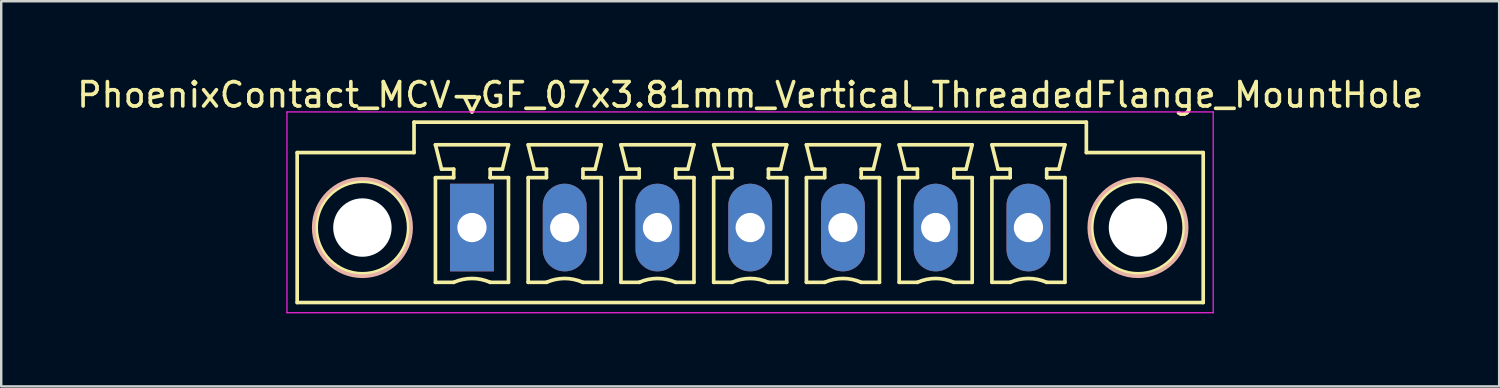
<source format=kicad_pcb>
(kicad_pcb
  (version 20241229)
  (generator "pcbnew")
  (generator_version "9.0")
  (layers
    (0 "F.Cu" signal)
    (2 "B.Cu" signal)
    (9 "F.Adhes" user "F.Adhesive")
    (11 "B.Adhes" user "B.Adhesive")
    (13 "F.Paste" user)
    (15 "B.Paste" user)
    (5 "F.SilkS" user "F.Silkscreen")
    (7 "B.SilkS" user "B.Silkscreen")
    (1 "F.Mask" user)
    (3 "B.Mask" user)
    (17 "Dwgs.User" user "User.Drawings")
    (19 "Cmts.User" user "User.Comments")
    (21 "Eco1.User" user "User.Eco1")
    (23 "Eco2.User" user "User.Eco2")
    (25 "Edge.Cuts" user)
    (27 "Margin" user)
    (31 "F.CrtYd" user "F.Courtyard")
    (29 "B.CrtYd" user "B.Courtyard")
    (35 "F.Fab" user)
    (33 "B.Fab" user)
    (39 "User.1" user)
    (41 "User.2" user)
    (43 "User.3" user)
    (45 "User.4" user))
  (footprint "PhoenixContact_MCV-GF_07x3.81mm_Vertical_ThreadedFlange_MountHole"
    (layer "F.Cu")
    (at 16.338 6.298)
    (property "Reference" "PhoenixContact_MCV-GF_07x3.81mm_Vertical_ThreadedFlange_MountHole" (at 11.43 -5.45 0) (layer "F.SilkS") (effects (font (size 1 1) (thickness 0.15))))
    (attr through_hole)
    (fp_line (start -7.18 -3.08) (end -7.18 3.08) (stroke (width 0.15) (type solid)) (layer "F.SilkS"))
    (fp_line (start -7.18 3.08) (end 30.04 3.08) (stroke (width 0.15) (type solid)) (layer "F.SilkS"))
    (fp_line (start -2.38 -4.33) (end -2.38 -3.08) (stroke (width 0.15) (type solid)) (layer "F.SilkS"))
    (fp_line (start -2.38 -3.08) (end -7.18 -3.08) (stroke (width 0.15) (type solid)) (layer "F.SilkS"))
    (fp_line (start -1.5 -3.4) (end 1.5 -3.4) (stroke (width 0.15) (type solid)) (layer "F.SilkS"))
    (fp_line (start -1.5 -2.05) (end -0.75 -2.05) (stroke (width 0.15) (type solid)) (layer "F.SilkS"))
    (fp_line (start -1.5 2.25) (end -1.5 -2.05) (stroke (width 0.15) (type solid)) (layer "F.SilkS"))
    (fp_line (start -1.25 -2.4) (end -1.5 -3.4) (stroke (width 0.15) (type solid)) (layer "F.SilkS"))
    (fp_line (start -0.75 -2.4) (end -1.25 -2.4) (stroke (width 0.15) (type solid)) (layer "F.SilkS"))
    (fp_line (start -0.75 -2.05) (end -0.75 -2.4) (stroke (width 0.15) (type solid)) (layer "F.SilkS"))
    (fp_line (start -0.75 2.25) (end -1.5 2.25) (stroke (width 0.15) (type solid)) (layer "F.SilkS"))
    (fp_line (start -0.3 -5.35) (end 0 -4.75) (stroke (width 0.15) (type solid)) (layer "F.SilkS"))
    (fp_line (start 0 -4.75) (end 0.3 -5.35) (stroke (width 0.15) (type solid)) (layer "F.SilkS"))
    (fp_line (start 0.3 -5.35) (end -0.3 -5.35) (stroke (width 0.15) (type solid)) (layer "F.SilkS"))
    (fp_line (start 0.75 -2.4) (end 0.75 -2.05) (stroke (width 0.15) (type solid)) (layer "F.SilkS"))
    (fp_line (start 0.75 -2.05) (end 0.75 -2.05) (stroke (width 0.15) (type solid)) (layer "F.SilkS"))
    (fp_line (start 0.75 -2.05) (end 1.5 -2.05) (stroke (width 0.15) (type solid)) (layer "F.SilkS"))
    (fp_line (start 1.25 -2.4) (end 0.75 -2.4) (stroke (width 0.15) (type solid)) (layer "F.SilkS"))
    (fp_line (start 1.5 -3.4) (end 1.25 -2.4) (stroke (width 0.15) (type solid)) (layer "F.SilkS"))
    (fp_line (start 1.5 -2.05) (end 1.5 2.25) (stroke (width 0.15) (type solid)) (layer "F.SilkS"))
    (fp_line (start 1.5 2.25) (end 0.75 2.25) (stroke (width 0.15) (type solid)) (layer "F.SilkS"))
    (fp_line (start 2.31 -3.4) (end 5.31 -3.4) (stroke (width 0.15) (type solid)) (layer "F.SilkS"))
    (fp_line (start 2.31 -2.05) (end 3.06 -2.05) (stroke (width 0.15) (type solid)) (layer "F.SilkS"))
    (fp_line (start 2.31 2.25) (end 2.31 -2.05) (stroke (width 0.15) (type solid)) (layer "F.SilkS"))
    (fp_line (start 2.56 -2.4) (end 2.31 -3.4) (stroke (width 0.15) (type solid)) (layer "F.SilkS"))
    (fp_line (start 3.06 -2.4) (end 2.56 -2.4) (stroke (width 0.15) (type solid)) (layer "F.SilkS"))
    (fp_line (start 3.06 -2.05) (end 3.06 -2.4) (stroke (width 0.15) (type solid)) (layer "F.SilkS"))
    (fp_line (start 3.06 2.25) (end 2.31 2.25) (stroke (width 0.15) (type solid)) (layer "F.SilkS"))
    (fp_line (start 4.56 -2.4) (end 4.56 -2.05) (stroke (width 0.15) (type solid)) (layer "F.SilkS"))
    (fp_line (start 4.56 -2.05) (end 4.56 -2.05) (stroke (width 0.15) (type solid)) (layer "F.SilkS"))
    (fp_line (start 4.56 -2.05) (end 5.31 -2.05) (stroke (width 0.15) (type solid)) (layer "F.SilkS"))
    (fp_line (start 5.06 -2.4) (end 4.56 -2.4) (stroke (width 0.15) (type solid)) (layer "F.SilkS"))
    (fp_line (start 5.31 -3.4) (end 5.06 -2.4) (stroke (width 0.15) (type solid)) (layer "F.SilkS"))
    (fp_line (start 5.31 -2.05) (end 5.31 2.25) (stroke (width 0.15) (type solid)) (layer "F.SilkS"))
    (fp_line (start 5.31 2.25) (end 4.56 2.25) (stroke (width 0.15) (type solid)) (layer "F.SilkS"))
    (fp_line (start 6.12 -3.4) (end 9.12 -3.4) (stroke (width 0.15) (type solid)) (layer "F.SilkS"))
    (fp_line (start 6.12 -2.05) (end 6.87 -2.05) (stroke (width 0.15) (type solid)) (layer "F.SilkS"))
    (fp_line (start 6.12 2.25) (end 6.12 -2.05) (stroke (width 0.15) (type solid)) (layer "F.SilkS"))
    (fp_line (start 6.37 -2.4) (end 6.12 -3.4) (stroke (width 0.15) (type solid)) (layer "F.SilkS"))
    (fp_line (start 6.87 -2.4) (end 6.37 -2.4) (stroke (width 0.15) (type solid)) (layer "F.SilkS"))
    (fp_line (start 6.87 -2.05) (end 6.87 -2.4) (stroke (width 0.15) (type solid)) (layer "F.SilkS"))
    (fp_line (start 6.87 2.25) (end 6.12 2.25) (stroke (width 0.15) (type solid)) (layer "F.SilkS"))
    (fp_line (start 8.37 -2.4) (end 8.37 -2.05) (stroke (width 0.15) (type solid)) (layer "F.SilkS"))
    (fp_line (start 8.37 -2.05) (end 8.37 -2.05) (stroke (width 0.15) (type solid)) (layer "F.SilkS"))
    (fp_line (start 8.37 -2.05) (end 9.12 -2.05) (stroke (width 0.15) (type solid)) (layer "F.SilkS"))
    (fp_line (start 8.87 -2.4) (end 8.37 -2.4) (stroke (width 0.15) (type solid)) (layer "F.SilkS"))
    (fp_line (start 9.12 -3.4) (end 8.87 -2.4) (stroke (width 0.15) (type solid)) (layer "F.SilkS"))
    (fp_line (start 9.12 -2.05) (end 9.12 2.25) (stroke (width 0.15) (type solid)) (layer "F.SilkS"))
    (fp_line (start 9.12 2.25) (end 8.37 2.25) (stroke (width 0.15) (type solid)) (layer "F.SilkS"))
    (fp_line (start 9.93 -3.4) (end 12.93 -3.4) (stroke (width 0.15) (type solid)) (layer "F.SilkS"))
    (fp_line (start 9.93 -2.05) (end 10.68 -2.05) (stroke (width 0.15) (type solid)) (layer "F.SilkS"))
    (fp_line (start 9.93 2.25) (end 9.93 -2.05) (stroke (width 0.15) (type solid)) (layer "F.SilkS"))
    (fp_line (start 10.18 -2.4) (end 9.93 -3.4) (stroke (width 0.15) (type solid)) (layer "F.SilkS"))
    (fp_line (start 10.68 -2.4) (end 10.18 -2.4) (stroke (width 0.15) (type solid)) (layer "F.SilkS"))
    (fp_line (start 10.68 -2.05) (end 10.68 -2.4) (stroke (width 0.15) (type solid)) (layer "F.SilkS"))
    (fp_line (start 10.68 2.25) (end 9.93 2.25) (stroke (width 0.15) (type solid)) (layer "F.SilkS"))
    (fp_line (start 12.18 -2.4) (end 12.18 -2.05) (stroke (width 0.15) (type solid)) (layer "F.SilkS"))
    (fp_line (start 12.18 -2.05) (end 12.18 -2.05) (stroke (width 0.15) (type solid)) (layer "F.SilkS"))
    (fp_line (start 12.18 -2.05) (end 12.93 -2.05) (stroke (width 0.15) (type solid)) (layer "F.SilkS"))
    (fp_line (start 12.68 -2.4) (end 12.18 -2.4) (stroke (width 0.15) (type solid)) (layer "F.SilkS"))
    (fp_line (start 12.93 -3.4) (end 12.68 -2.4) (stroke (width 0.15) (type solid)) (layer "F.SilkS"))
    (fp_line (start 12.93 -2.05) (end 12.93 2.25) (stroke (width 0.15) (type solid)) (layer "F.SilkS"))
    (fp_line (start 12.93 2.25) (end 12.18 2.25) (stroke (width 0.15) (type solid)) (layer "F.SilkS"))
    (fp_line (start 13.74 -3.4) (end 16.74 -3.4) (stroke (width 0.15) (type solid)) (layer "F.SilkS"))
    (fp_line (start 13.74 -2.05) (end 14.49 -2.05) (stroke (width 0.15) (type solid)) (layer "F.SilkS"))
    (fp_line (start 13.74 2.25) (end 13.74 -2.05) (stroke (width 0.15) (type solid)) (layer "F.SilkS"))
    (fp_line (start 13.99 -2.4) (end 13.74 -3.4) (stroke (width 0.15) (type solid)) (layer "F.SilkS"))
    (fp_line (start 14.49 -2.4) (end 13.99 -2.4) (stroke (width 0.15) (type solid)) (layer "F.SilkS"))
    (fp_line (start 14.49 -2.05) (end 14.49 -2.4) (stroke (width 0.15) (type solid)) (layer "F.SilkS"))
    (fp_line (start 14.49 2.25) (end 13.74 2.25) (stroke (width 0.15) (type solid)) (layer "F.SilkS"))
    (fp_line (start 15.99 -2.4) (end 15.99 -2.05) (stroke (width 0.15) (type solid)) (layer "F.SilkS"))
    (fp_line (start 15.99 -2.05) (end 15.99 -2.05) (stroke (width 0.15) (type solid)) (layer "F.SilkS"))
    (fp_line (start 15.99 -2.05) (end 16.74 -2.05) (stroke (width 0.15) (type solid)) (layer "F.SilkS"))
    (fp_line (start 16.49 -2.4) (end 15.99 -2.4) (stroke (width 0.15) (type solid)) (layer "F.SilkS"))
    (fp_line (start 16.74 -3.4) (end 16.49 -2.4) (stroke (width 0.15) (type solid)) (layer "F.SilkS"))
    (fp_line (start 16.74 -2.05) (end 16.74 2.25) (stroke (width 0.15) (type solid)) (layer "F.SilkS"))
    (fp_line (start 16.74 2.25) (end 15.99 2.25) (stroke (width 0.15) (type solid)) (layer "F.SilkS"))
    (fp_line (start 17.55 -3.4) (end 20.55 -3.4) (stroke (width 0.15) (type solid)) (layer "F.SilkS"))
    (fp_line (start 17.55 -2.05) (end 18.3 -2.05) (stroke (width 0.15) (type solid)) (layer "F.SilkS"))
    (fp_line (start 17.55 2.25) (end 17.55 -2.05) (stroke (width 0.15) (type solid)) (layer "F.SilkS"))
    (fp_line (start 17.8 -2.4) (end 17.55 -3.4) (stroke (width 0.15) (type solid)) (layer "F.SilkS"))
    (fp_line (start 18.3 -2.4) (end 17.8 -2.4) (stroke (width 0.15) (type solid)) (layer "F.SilkS"))
    (fp_line (start 18.3 -2.05) (end 18.3 -2.4) (stroke (width 0.15) (type solid)) (layer "F.SilkS"))
    (fp_line (start 18.3 2.25) (end 17.55 2.25) (stroke (width 0.15) (type solid)) (layer "F.SilkS"))
    (fp_line (start 19.8 -2.4) (end 19.8 -2.05) (stroke (width 0.15) (type solid)) (layer "F.SilkS"))
    (fp_line (start 19.8 -2.05) (end 19.8 -2.05) (stroke (width 0.15) (type solid)) (layer "F.SilkS"))
    (fp_line (start 19.8 -2.05) (end 20.55 -2.05) (stroke (width 0.15) (type solid)) (layer "F.SilkS"))
    (fp_line (start 20.3 -2.4) (end 19.8 -2.4) (stroke (width 0.15) (type solid)) (layer "F.SilkS"))
    (fp_line (start 20.55 -3.4) (end 20.3 -2.4) (stroke (width 0.15) (type solid)) (layer "F.SilkS"))
    (fp_line (start 20.55 -2.05) (end 20.55 2.25) (stroke (width 0.15) (type solid)) (layer "F.SilkS"))
    (fp_line (start 20.55 2.25) (end 19.8 2.25) (stroke (width 0.15) (type solid)) (layer "F.SilkS"))
    (fp_line (start 21.36 -3.4) (end 24.36 -3.4) (stroke (width 0.15) (type solid)) (layer "F.SilkS"))
    (fp_line (start 21.36 -2.05) (end 22.11 -2.05) (stroke (width 0.15) (type solid)) (layer "F.SilkS"))
    (fp_line (start 21.36 2.25) (end 21.36 -2.05) (stroke (width 0.15) (type solid)) (layer "F.SilkS"))
    (fp_line (start 21.61 -2.4) (end 21.36 -3.4) (stroke (width 0.15) (type solid)) (layer "F.SilkS"))
    (fp_line (start 22.11 -2.4) (end 21.61 -2.4) (stroke (width 0.15) (type solid)) (layer "F.SilkS"))
    (fp_line (start 22.11 -2.05) (end 22.11 -2.4) (stroke (width 0.15) (type solid)) (layer "F.SilkS"))
    (fp_line (start 22.11 2.25) (end 21.36 2.25) (stroke (width 0.15) (type solid)) (layer "F.SilkS"))
    (fp_line (start 23.61 -2.4) (end 23.61 -2.05) (stroke (width 0.15) (type solid)) (layer "F.SilkS"))
    (fp_line (start 23.61 -2.05) (end 23.61 -2.05) (stroke (width 0.15) (type solid)) (layer "F.SilkS"))
    (fp_line (start 23.61 -2.05) (end 24.36 -2.05) (stroke (width 0.15) (type solid)) (layer "F.SilkS"))
    (fp_line (start 24.11 -2.4) (end 23.61 -2.4) (stroke (width 0.15) (type solid)) (layer "F.SilkS"))
    (fp_line (start 24.36 -3.4) (end 24.11 -2.4) (stroke (width 0.15) (type solid)) (layer "F.SilkS"))
    (fp_line (start 24.36 -2.05) (end 24.36 2.25) (stroke (width 0.15) (type solid)) (layer "F.SilkS"))
    (fp_line (start 24.36 2.25) (end 23.61 2.25) (stroke (width 0.15) (type solid)) (layer "F.SilkS"))
    (fp_line (start 25.24 -4.33) (end -2.38 -4.33) (stroke (width 0.15) (type solid)) (layer "F.SilkS"))
    (fp_line (start 25.24 -3.08) (end 25.24 -4.33) (stroke (width 0.15) (type solid)) (layer "F.SilkS"))
    (fp_line (start 30.04 -3.08) (end 25.24 -3.08) (stroke (width 0.15) (type solid)) (layer "F.SilkS"))
    (fp_line (start 30.04 3.08) (end 30.04 -3.08) (stroke (width 0.15) (type solid)) (layer "F.SilkS"))
    (fp_arc (start -0.75 2.25) (mid -0.000193 2.09191) (end 0.749647 2.249844) (stroke (width 0.15) (type solid)) (layer "F.SilkS"))
    (fp_arc (start 3.06 2.25) (mid 3.809807 2.09191) (end 4.559647 2.249844) (stroke (width 0.15) (type solid)) (layer "F.SilkS"))
    (fp_arc (start 6.87 2.25) (mid 7.619807 2.09191) (end 8.369647 2.249844) (stroke (width 0.15) (type solid)) (layer "F.SilkS"))
    (fp_arc (start 10.68 2.25) (mid 11.429807 2.09191) (end 12.179647 2.249844) (stroke (width 0.15) (type solid)) (layer "F.SilkS"))
    (fp_arc (start 14.49 2.25) (mid 15.239807 2.09191) (end 15.989647 2.249844) (stroke (width 0.15) (type solid)) (layer "F.SilkS"))
    (fp_arc (start 18.3 2.25) (mid 19.049807 2.09191) (end 19.799647 2.249844) (stroke (width 0.15) (type solid)) (layer "F.SilkS"))
    (fp_arc (start 22.11 2.25) (mid 22.859807 2.09191) (end 23.609647 2.249844) (stroke (width 0.15) (type solid)) (layer "F.SilkS"))
    (fp_circle (center -4.5 0) (end -2.6 0) (stroke (width 0.15) (type solid)) (fill no) (layer "F.SilkS"))
    (fp_circle (center 27.36 0) (end 29.26 0) (stroke (width 0.15) (type solid)) (fill no) (layer "F.SilkS"))
    (fp_circle (center -4.5 0) (end -2.5 0) (stroke (width 0.15) (type solid)) (fill no) (layer "B.SilkS"))
    (fp_circle (center 27.36 0) (end 29.36 0) (stroke (width 0.15) (type solid)) (fill no) (layer "B.SilkS"))
    (fp_line (start -7.6 -4.75) (end -7.6 3.5) (stroke (width 0.05) (type solid)) (layer "F.CrtYd"))
    (fp_line (start -7.6 3.5) (end 30.45 3.5) (stroke (width 0.05) (type solid)) (layer "F.CrtYd"))
    (fp_line (start 30.45 -4.75) (end -7.6 -4.75) (stroke (width 0.05) (type solid)) (layer "F.CrtYd"))
    (fp_line (start 30.45 3.5) (end 30.45 -4.75) (stroke (width 0.05) (type solid)) (layer "F.CrtYd"))
    (pad "" np_thru_hole circle (at -4.5 0) (size 2.4 2.4) (drill 2.4) (layers "*.Cu" "*.Mask"))
    (pad "" np_thru_hole circle (at 27.36 0) (size 2.4 2.4) (drill 2.4) (layers "*.Cu" "*.Mask"))
    (pad "1" thru_hole rect (at 0 0) (size 1.8 3.6) (drill 1.2) (layers "*.Cu" "*.Mask"))
    (pad "2" thru_hole oval (at 3.81 0) (size 1.8 3.6) (drill 1.2) (layers "*.Cu" "*.Mask"))
    (pad "3" thru_hole oval (at 7.62 0) (size 1.8 3.6) (drill 1.2) (layers "*.Cu" "*.Mask"))
    (pad "4" thru_hole oval (at 11.43 0) (size 1.8 3.6) (drill 1.2) (layers "*.Cu" "*.Mask"))
    (pad "5" thru_hole oval (at 15.24 0) (size 1.8 3.6) (drill 1.2) (layers "*.Cu" "*.Mask"))
    (pad "6" thru_hole oval (at 19.05 0) (size 1.8 3.6) (drill 1.2) (layers "*.Cu" "*.Mask"))
    (pad "7" thru_hole oval (at 22.86 0) (size 1.8 3.6) (drill 1.2) (layers "*.Cu" "*.Mask")))
  (gr_rect
    (start -3 -3)
    (end 58.536 12.823)
    (stroke (width 0.1) (type default))
    (fill no)
    (layer "Edge.Cuts")))
</source>
